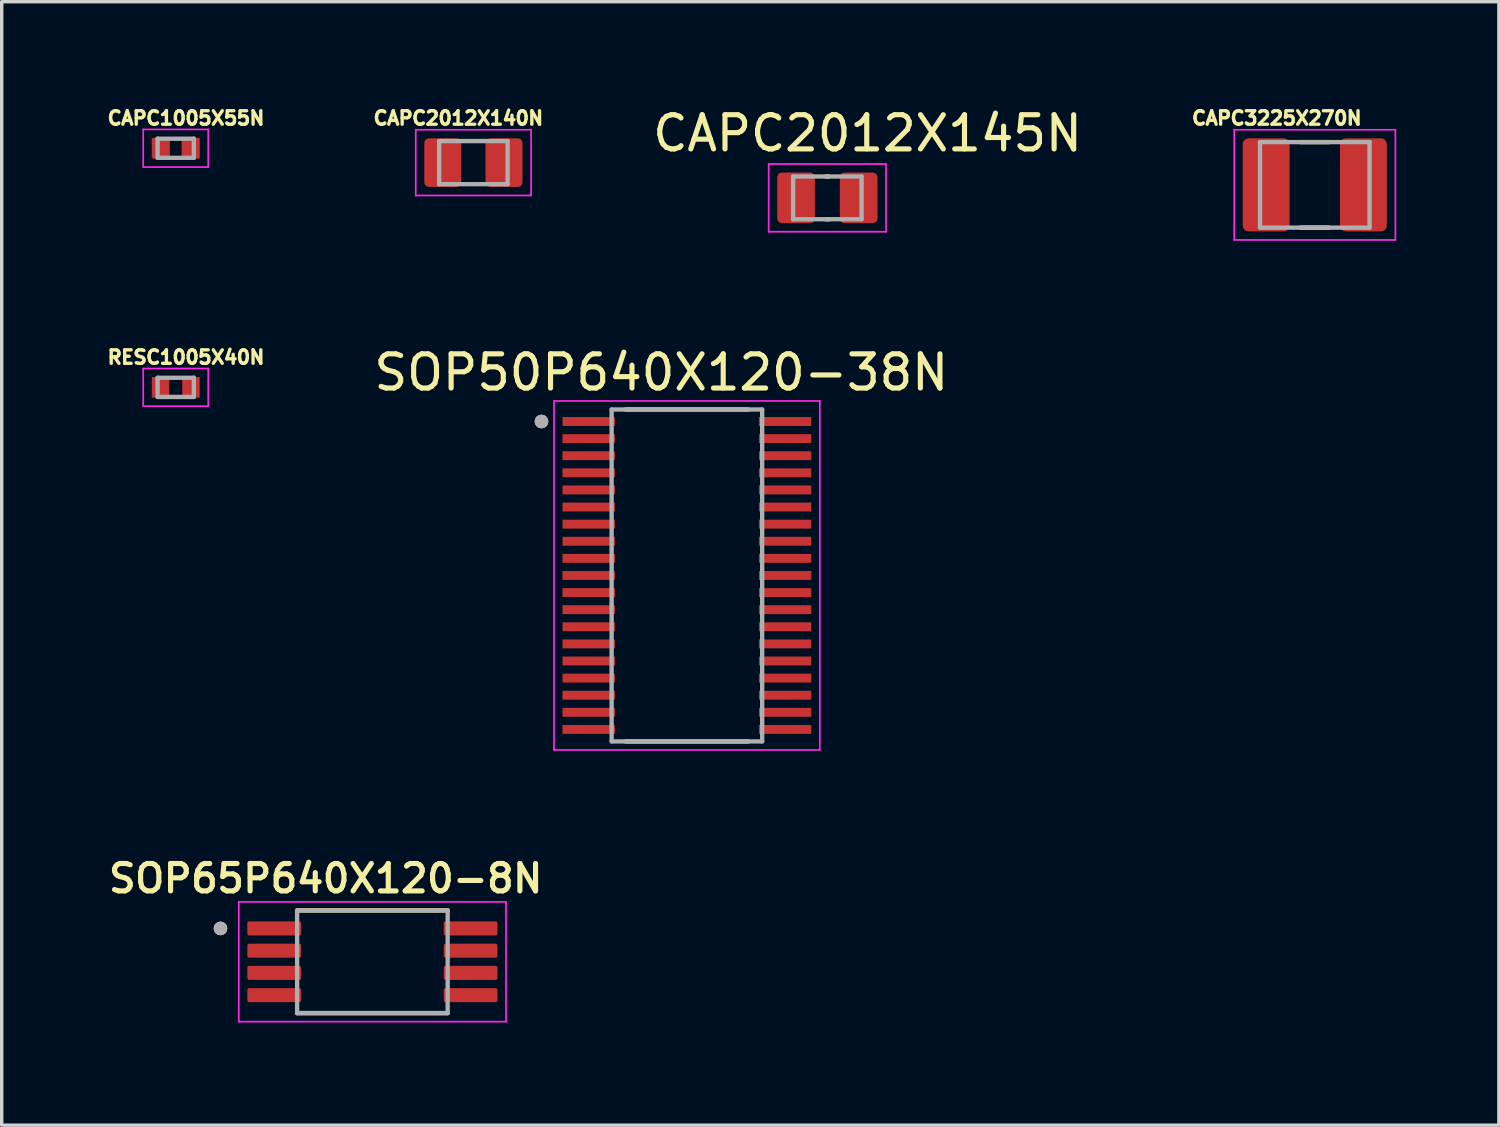
<source format=kicad_pcb>
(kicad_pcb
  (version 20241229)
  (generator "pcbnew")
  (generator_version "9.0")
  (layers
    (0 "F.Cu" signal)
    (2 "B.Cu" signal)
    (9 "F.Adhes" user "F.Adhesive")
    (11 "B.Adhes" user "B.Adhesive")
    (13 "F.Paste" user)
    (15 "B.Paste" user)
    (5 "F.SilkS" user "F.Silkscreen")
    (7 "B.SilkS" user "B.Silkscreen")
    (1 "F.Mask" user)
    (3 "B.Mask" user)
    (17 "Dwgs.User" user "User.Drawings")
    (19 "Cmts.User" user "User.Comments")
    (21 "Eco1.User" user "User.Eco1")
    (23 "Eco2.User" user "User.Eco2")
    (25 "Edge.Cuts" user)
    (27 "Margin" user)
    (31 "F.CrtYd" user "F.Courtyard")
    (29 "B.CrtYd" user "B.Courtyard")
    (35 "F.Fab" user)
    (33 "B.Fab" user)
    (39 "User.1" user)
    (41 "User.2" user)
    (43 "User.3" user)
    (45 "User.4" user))
  (footprint "SOP65P640X120-8N"
    (layer "F.Cu")
    (at 7.834 25.06)
    (property "Reference" "SOP65P640X120-8N" (at -1.365 -2.435 0) (layer "F.SilkS") (effects (font (size 0.8 0.8) (thickness 0.15))))
    (attr smd)
    (fp_line (start -2.2 -1.5) (end 2.2 -1.5) (stroke (width 0.127) (type solid)) (layer "F.SilkS"))
    (fp_line (start -2.2 1.5) (end 2.2 1.5) (stroke (width 0.127) (type solid)) (layer "F.SilkS"))
    (fp_circle (center -4.44 -0.975) (end -4.34 -0.975) (stroke (width 0.2) (type solid)) (fill no) (layer "F.SilkS"))
    (fp_line (start -3.905 -1.75) (end -3.905 1.75) (stroke (width 0.05) (type solid)) (layer "F.CrtYd"))
    (fp_line (start -3.905 -1.75) (end 3.905 -1.75) (stroke (width 0.05) (type solid)) (layer "F.CrtYd"))
    (fp_line (start -3.905 1.75) (end 3.905 1.75) (stroke (width 0.05) (type solid)) (layer "F.CrtYd"))
    (fp_line (start 3.905 -1.75) (end 3.905 1.75) (stroke (width 0.05) (type solid)) (layer "F.CrtYd"))
    (fp_line (start -2.2 -1.5) (end -2.2 1.5) (stroke (width 0.127) (type solid)) (layer "F.Fab"))
    (fp_line (start -2.2 -1.5) (end 2.2 -1.5) (stroke (width 0.127) (type solid)) (layer "F.Fab"))
    (fp_line (start -2.2 1.5) (end 2.2 1.5) (stroke (width 0.127) (type solid)) (layer "F.Fab"))
    (fp_line (start 2.2 -1.5) (end 2.2 1.5) (stroke (width 0.127) (type solid)) (layer "F.Fab"))
    (fp_circle (center -4.44 -0.975) (end -4.34 -0.975) (stroke (width 0.2) (type solid)) (fill no) (layer "F.Fab"))
    (pad "1" smd roundrect (at -2.87 -0.975) (size 1.57 0.41) (layers "F.Cu" "F.Mask" "F.Paste") (roundrect_rratio 0.125))
    (pad "2" smd roundrect (at -2.87 -0.325) (size 1.57 0.41) (layers "F.Cu" "F.Mask" "F.Paste") (roundrect_rratio 0.125))
    (pad "3" smd roundrect (at -2.87 0.325) (size 1.57 0.41) (layers "F.Cu" "F.Mask" "F.Paste") (roundrect_rratio 0.125))
    (pad "4" smd roundrect (at -2.87 0.975) (size 1.57 0.41) (layers "F.Cu" "F.Mask" "F.Paste") (roundrect_rratio 0.125))
    (pad "5" smd roundrect (at 2.87 0.975) (size 1.57 0.41) (layers "F.Cu" "F.Mask" "F.Paste") (roundrect_rratio 0.125))
    (pad "6" smd roundrect (at 2.87 0.325) (size 1.57 0.41) (layers "F.Cu" "F.Mask" "F.Paste") (roundrect_rratio 0.125))
    (pad "7" smd roundrect (at 2.87 -0.325) (size 1.57 0.41) (layers "F.Cu" "F.Mask" "F.Paste") (roundrect_rratio 0.125))
    (pad "8" smd roundrect (at 2.87 -0.975) (size 1.57 0.41) (layers "F.Cu" "F.Mask" "F.Paste") (roundrect_rratio 0.125)))
  (footprint "CAPC2012X145N"
    (layer "F.Cu")
    (at 21.131 2.733)
    (property "Reference" "CAPC2012X145N" (at 1.175 -1.885 0) (layer "F.SilkS") (effects (font (size 1 1) (thickness 0.15))))
    (attr smd)
    (fp_line (start -0.045 -0.625) (end 0.045 -0.625) (stroke (width 0.127) (type solid)) (layer "F.SilkS"))
    (fp_line (start 0.045 0.625) (end -0.045 0.625) (stroke (width 0.127) (type solid)) (layer "F.SilkS"))
    (fp_line (start -1.715 -0.99) (end 1.715 -0.99) (stroke (width 0.05) (type solid)) (layer "F.CrtYd"))
    (fp_line (start -1.715 0.99) (end -1.715 -0.99) (stroke (width 0.05) (type solid)) (layer "F.CrtYd"))
    (fp_line (start 1.715 -0.99) (end 1.715 0.99) (stroke (width 0.05) (type solid)) (layer "F.CrtYd"))
    (fp_line (start 1.715 0.99) (end -1.715 0.99) (stroke (width 0.05) (type solid)) (layer "F.CrtYd"))
    (fp_line (start -1 -0.625) (end 1 -0.625) (stroke (width 0.127) (type solid)) (layer "F.Fab"))
    (fp_line (start -1 0.625) (end -1 -0.625) (stroke (width 0.127) (type solid)) (layer "F.Fab"))
    (fp_line (start 1 -0.625) (end 1 0.625) (stroke (width 0.127) (type solid)) (layer "F.Fab"))
    (fp_line (start 1 0.625) (end -1 0.625) (stroke (width 0.127) (type solid)) (layer "F.Fab"))
    (pad "1" smd roundrect (at -0.915 0) (size 1.1 1.48) (layers "F.Cu" "F.Mask" "F.Paste") (roundrect_rratio 0.125))
    (pad "2" smd roundrect (at 0.915 0) (size 1.1 1.48) (layers "F.Cu" "F.Mask" "F.Paste") (roundrect_rratio 0.125)))
  (footprint "CAPC3225X270N"
    (layer "F.Cu")
    (at 35.377 2.353)
    (property "Reference" "CAPC3225X270N" (at -1.11 -1.95 0) (layer "F.SilkS") (effects (font (size 0.394 0.394) (thickness 0.15))))
    (attr smd)
    (fp_line (start -0.42 -1.25) (end 0.42 -1.25) (stroke (width 0.127) (type solid)) (layer "F.SilkS"))
    (fp_line (start -0.42 1.25) (end 0.42 1.25) (stroke (width 0.127) (type solid)) (layer "F.SilkS"))
    (fp_line (start -2.356 -1.61) (end 2.356 -1.61) (stroke (width 0.05) (type solid)) (layer "F.CrtYd"))
    (fp_line (start -2.356 1.61) (end -2.356 -1.61) (stroke (width 0.05) (type solid)) (layer "F.CrtYd"))
    (fp_line (start -2.356 1.61) (end 2.356 1.61) (stroke (width 0.05) (type solid)) (layer "F.CrtYd"))
    (fp_line (start 2.356 1.61) (end 2.356 -1.61) (stroke (width 0.05) (type solid)) (layer "F.CrtYd"))
    (fp_line (start -1.6 1.25) (end -1.6 -1.25) (stroke (width 0.127) (type solid)) (layer "F.Fab"))
    (fp_line (start 1.6 -1.25) (end -1.6 -1.25) (stroke (width 0.127) (type solid)) (layer "F.Fab"))
    (fp_line (start 1.6 1.25) (end -1.6 1.25) (stroke (width 0.127) (type solid)) (layer "F.Fab"))
    (fp_line (start 1.6 1.25) (end 1.6 -1.25) (stroke (width 0.127) (type solid)) (layer "F.Fab"))
    (pad "1" smd roundrect (at -1.421 0) (size 1.37 2.72) (layers "F.Cu" "F.Mask" "F.Paste") (roundrect_rratio 0.125))
    (pad "2" smd roundrect (at 1.421 0) (size 1.37 2.72) (layers "F.Cu" "F.Mask" "F.Paste") (roundrect_rratio 0.125)))
  (footprint "SOP50P640X120-38N"
    (layer "F.Cu")
    (at 17.026 13.769)
    (property "Reference" "SOP50P640X120-38N" (at -0.748 -5.933 0) (layer "F.SilkS") (effects (font (size 1 1) (thickness 0.15))))
    (attr smd)
    (fp_line (start -1.79 -4.85) (end 1.79 -4.85) (stroke (width 0.127) (type solid)) (layer "F.SilkS"))
    (fp_line (start 1.79 4.85) (end -1.79 4.85) (stroke (width 0.127) (type solid)) (layer "F.SilkS"))
    (fp_circle (center -4.25 -4.5) (end -4.15 -4.5) (stroke (width 0.2) (type solid)) (fill no) (layer "F.SilkS"))
    (fp_line (start -3.885 -5.1) (end 3.885 -5.1) (stroke (width 0.05) (type solid)) (layer "F.CrtYd"))
    (fp_line (start -3.885 5.1) (end -3.885 -5.1) (stroke (width 0.05) (type solid)) (layer "F.CrtYd"))
    (fp_line (start 3.885 -5.1) (end 3.885 5.1) (stroke (width 0.05) (type solid)) (layer "F.CrtYd"))
    (fp_line (start 3.885 5.1) (end -3.885 5.1) (stroke (width 0.05) (type solid)) (layer "F.CrtYd"))
    (fp_line (start -2.2 -4.85) (end 2.2 -4.85) (stroke (width 0.127) (type solid)) (layer "F.Fab"))
    (fp_line (start -2.2 4.85) (end -2.2 -4.85) (stroke (width 0.127) (type solid)) (layer "F.Fab"))
    (fp_line (start 2.2 -4.85) (end 2.2 4.85) (stroke (width 0.127) (type solid)) (layer "F.Fab"))
    (fp_line (start 2.2 4.85) (end -2.2 4.85) (stroke (width 0.127) (type solid)) (layer "F.Fab"))
    (fp_circle (center -4.25 -4.5) (end -4.15 -4.5) (stroke (width 0.2) (type solid)) (fill no) (layer "F.Fab"))
    (pad "1" smd rect (at -2.87 -4.5) (size 1.53 0.26) (layers "F.Cu" "F.Mask" "F.Paste"))
    (pad "2" smd rect (at -2.87 -4) (size 1.53 0.26) (layers "F.Cu" "F.Mask" "F.Paste"))
    (pad "3" smd rect (at -2.87 -3.5) (size 1.53 0.26) (layers "F.Cu" "F.Mask" "F.Paste"))
    (pad "4" smd rect (at -2.87 -3) (size 1.53 0.26) (layers "F.Cu" "F.Mask" "F.Paste"))
    (pad "5" smd rect (at -2.87 -2.5) (size 1.53 0.26) (layers "F.Cu" "F.Mask" "F.Paste"))
    (pad "6" smd rect (at -2.87 -2) (size 1.53 0.26) (layers "F.Cu" "F.Mask" "F.Paste"))
    (pad "7" smd rect (at -2.87 -1.5) (size 1.53 0.26) (layers "F.Cu" "F.Mask" "F.Paste"))
    (pad "8" smd rect (at -2.87 -1) (size 1.53 0.26) (layers "F.Cu" "F.Mask" "F.Paste"))
    (pad "9" smd rect (at -2.87 -0.5) (size 1.53 0.26) (layers "F.Cu" "F.Mask" "F.Paste"))
    (pad "10" smd rect (at -2.87 0) (size 1.53 0.26) (layers "F.Cu" "F.Mask" "F.Paste"))
    (pad "11" smd rect (at -2.87 0.5) (size 1.53 0.26) (layers "F.Cu" "F.Mask" "F.Paste"))
    (pad "12" smd rect (at -2.87 1) (size 1.53 0.26) (layers "F.Cu" "F.Mask" "F.Paste"))
    (pad "13" smd rect (at -2.87 1.5) (size 1.53 0.26) (layers "F.Cu" "F.Mask" "F.Paste"))
    (pad "14" smd rect (at -2.87 2) (size 1.53 0.26) (layers "F.Cu" "F.Mask" "F.Paste"))
    (pad "15" smd rect (at -2.87 2.5) (size 1.53 0.26) (layers "F.Cu" "F.Mask" "F.Paste"))
    (pad "16" smd rect (at -2.87 3) (size 1.53 0.26) (layers "F.Cu" "F.Mask" "F.Paste"))
    (pad "17" smd rect (at -2.87 3.5) (size 1.53 0.26) (layers "F.Cu" "F.Mask" "F.Paste"))
    (pad "18" smd rect (at -2.87 4) (size 1.53 0.26) (layers "F.Cu" "F.Mask" "F.Paste"))
    (pad "19" smd rect (at -2.87 4.5) (size 1.53 0.26) (layers "F.Cu" "F.Mask" "F.Paste"))
    (pad "20" smd rect (at 2.87 4.5) (size 1.53 0.26) (layers "F.Cu" "F.Mask" "F.Paste"))
    (pad "21" smd rect (at 2.87 4) (size 1.53 0.26) (layers "F.Cu" "F.Mask" "F.Paste"))
    (pad "22" smd rect (at 2.87 3.5) (size 1.53 0.26) (layers "F.Cu" "F.Mask" "F.Paste"))
    (pad "23" smd rect (at 2.87 3) (size 1.53 0.26) (layers "F.Cu" "F.Mask" "F.Paste"))
    (pad "24" smd rect (at 2.87 2.5) (size 1.53 0.26) (layers "F.Cu" "F.Mask" "F.Paste"))
    (pad "25" smd rect (at 2.87 2) (size 1.53 0.26) (layers "F.Cu" "F.Mask" "F.Paste"))
    (pad "26" smd rect (at 2.87 1.5) (size 1.53 0.26) (layers "F.Cu" "F.Mask" "F.Paste"))
    (pad "27" smd rect (at 2.87 1) (size 1.53 0.26) (layers "F.Cu" "F.Mask" "F.Paste"))
    (pad "28" smd rect (at 2.87 0.5) (size 1.53 0.26) (layers "F.Cu" "F.Mask" "F.Paste"))
    (pad "29" smd rect (at 2.87 0) (size 1.53 0.26) (layers "F.Cu" "F.Mask" "F.Paste"))
    (pad "30" smd rect (at 2.87 -0.5) (size 1.53 0.26) (layers "F.Cu" "F.Mask" "F.Paste"))
    (pad "31" smd rect (at 2.87 -1) (size 1.53 0.26) (layers "F.Cu" "F.Mask" "F.Paste"))
    (pad "32" smd rect (at 2.87 -1.5) (size 1.53 0.26) (layers "F.Cu" "F.Mask" "F.Paste"))
    (pad "33" smd rect (at 2.87 -2) (size 1.53 0.26) (layers "F.Cu" "F.Mask" "F.Paste"))
    (pad "34" smd rect (at 2.87 -2.5) (size 1.53 0.26) (layers "F.Cu" "F.Mask" "F.Paste"))
    (pad "35" smd rect (at 2.87 -3) (size 1.53 0.26) (layers "F.Cu" "F.Mask" "F.Paste"))
    (pad "36" smd rect (at 2.87 -3.5) (size 1.53 0.26) (layers "F.Cu" "F.Mask" "F.Paste"))
    (pad "37" smd rect (at 2.87 -4) (size 1.53 0.26) (layers "F.Cu" "F.Mask" "F.Paste"))
    (pad "38" smd rect (at 2.87 -4.5) (size 1.53 0.26) (layers "F.Cu" "F.Mask" "F.Paste")))
  (footprint "CAPC2012X140N"
    (layer "F.Cu")
    (at 10.786 1.703)
    (property "Reference" "CAPC2012X140N" (at -0.44 -1.3 0) (layer "F.SilkS") (effects (font (size 0.394 0.394) (thickness 0.15))))
    (attr smd)
    (fp_line (start -1.685 -0.96) (end 1.685 -0.96) (stroke (width 0.05) (type solid)) (layer "F.CrtYd"))
    (fp_line (start -1.685 0.96) (end -1.685 -0.96) (stroke (width 0.05) (type solid)) (layer "F.CrtYd"))
    (fp_line (start -1.685 0.96) (end 1.685 0.96) (stroke (width 0.05) (type solid)) (layer "F.CrtYd"))
    (fp_line (start 1.685 0.96) (end 1.685 -0.96) (stroke (width 0.05) (type solid)) (layer "F.CrtYd"))
    (fp_line (start -1 0.63) (end -1 -0.63) (stroke (width 0.127) (type solid)) (layer "F.Fab"))
    (fp_line (start 1 -0.63) (end -1 -0.63) (stroke (width 0.127) (type solid)) (layer "F.Fab"))
    (fp_line (start 1 0.63) (end -1 0.63) (stroke (width 0.127) (type solid)) (layer "F.Fab"))
    (fp_line (start 1 0.63) (end 1 -0.63) (stroke (width 0.127) (type solid)) (layer "F.Fab"))
    (pad "1" smd roundrect (at -0.895 0) (size 1.08 1.42) (layers "F.Cu" "F.Mask" "F.Paste") (roundrect_rratio 0.125))
    (pad "2" smd roundrect (at 0.895 0) (size 1.08 1.42) (layers "F.Cu" "F.Mask" "F.Paste") (roundrect_rratio 0.125)))
  (footprint "CAPC1005X55N"
    (layer "F.Cu")
    (at 2.086 1.283)
    (property "Reference" "CAPC1005X55N" (at 0.3 -0.88 0) (layer "F.SilkS") (effects (font (size 0.394 0.394) (thickness 0.15))))
    (attr smd)
    (fp_line (start -0.95 -0.55) (end 0.95 -0.55) (stroke (width 0.05) (type solid)) (layer "F.CrtYd"))
    (fp_line (start -0.95 0.55) (end -0.95 -0.55) (stroke (width 0.05) (type solid)) (layer "F.CrtYd"))
    (fp_line (start -0.95 0.55) (end 0.95 0.55) (stroke (width 0.05) (type solid)) (layer "F.CrtYd"))
    (fp_line (start 0.95 0.55) (end 0.95 -0.55) (stroke (width 0.05) (type solid)) (layer "F.CrtYd"))
    (fp_line (start -0.53 0.28) (end -0.53 -0.28) (stroke (width 0.127) (type solid)) (layer "F.Fab"))
    (fp_line (start 0.53 -0.28) (end -0.53 -0.28) (stroke (width 0.127) (type solid)) (layer "F.Fab"))
    (fp_line (start 0.53 0.28) (end -0.53 0.28) (stroke (width 0.127) (type solid)) (layer "F.Fab"))
    (fp_line (start 0.53 0.28) (end 0.53 -0.28) (stroke (width 0.127) (type solid)) (layer "F.Fab"))
    (pad "1" smd rect (at -0.437 0) (size 0.53 0.6) (layers "F.Cu" "F.Mask" "F.Paste"))
    (pad "2" smd rect (at 0.437 0) (size 0.53 0.6) (layers "F.Cu" "F.Mask" "F.Paste")))
  (footprint "RESC1005X40N"
    (layer "F.Cu")
    (at 2.086 8.271)
    (property "Reference" "RESC1005X40N" (at 0.3 -0.88 0) (layer "F.SilkS") (effects (font (size 0.394 0.394) (thickness 0.15))))
    (attr smd)
    (fp_line (start -0.95 -0.55) (end 0.95 -0.55) (stroke (width 0.05) (type solid)) (layer "F.CrtYd"))
    (fp_line (start -0.95 0.55) (end -0.95 -0.55) (stroke (width 0.05) (type solid)) (layer "F.CrtYd"))
    (fp_line (start -0.95 0.55) (end 0.95 0.55) (stroke (width 0.05) (type solid)) (layer "F.CrtYd"))
    (fp_line (start 0.95 0.55) (end 0.95 -0.55) (stroke (width 0.05) (type solid)) (layer "F.CrtYd"))
    (fp_line (start -0.53 0.28) (end -0.53 -0.28) (stroke (width 0.127) (type solid)) (layer "F.Fab"))
    (fp_line (start 0.53 -0.28) (end -0.53 -0.28) (stroke (width 0.127) (type solid)) (layer "F.Fab"))
    (fp_line (start 0.53 0.28) (end -0.53 0.28) (stroke (width 0.127) (type solid)) (layer "F.Fab"))
    (fp_line (start 0.53 0.28) (end 0.53 -0.28) (stroke (width 0.127) (type solid)) (layer "F.Fab"))
    (pad "1" smd rect (at -0.445 0) (size 0.51 0.6) (layers "F.Cu" "F.Mask" "F.Paste"))
    (pad "2" smd rect (at 0.445 0) (size 0.51 0.6) (layers "F.Cu" "F.Mask" "F.Paste")))
  (gr_rect
    (start -3 -3)
    (end 40.758 29.835)
    (stroke (width 0.1) (type default))
    (fill no)
    (layer "Edge.Cuts")))
</source>
